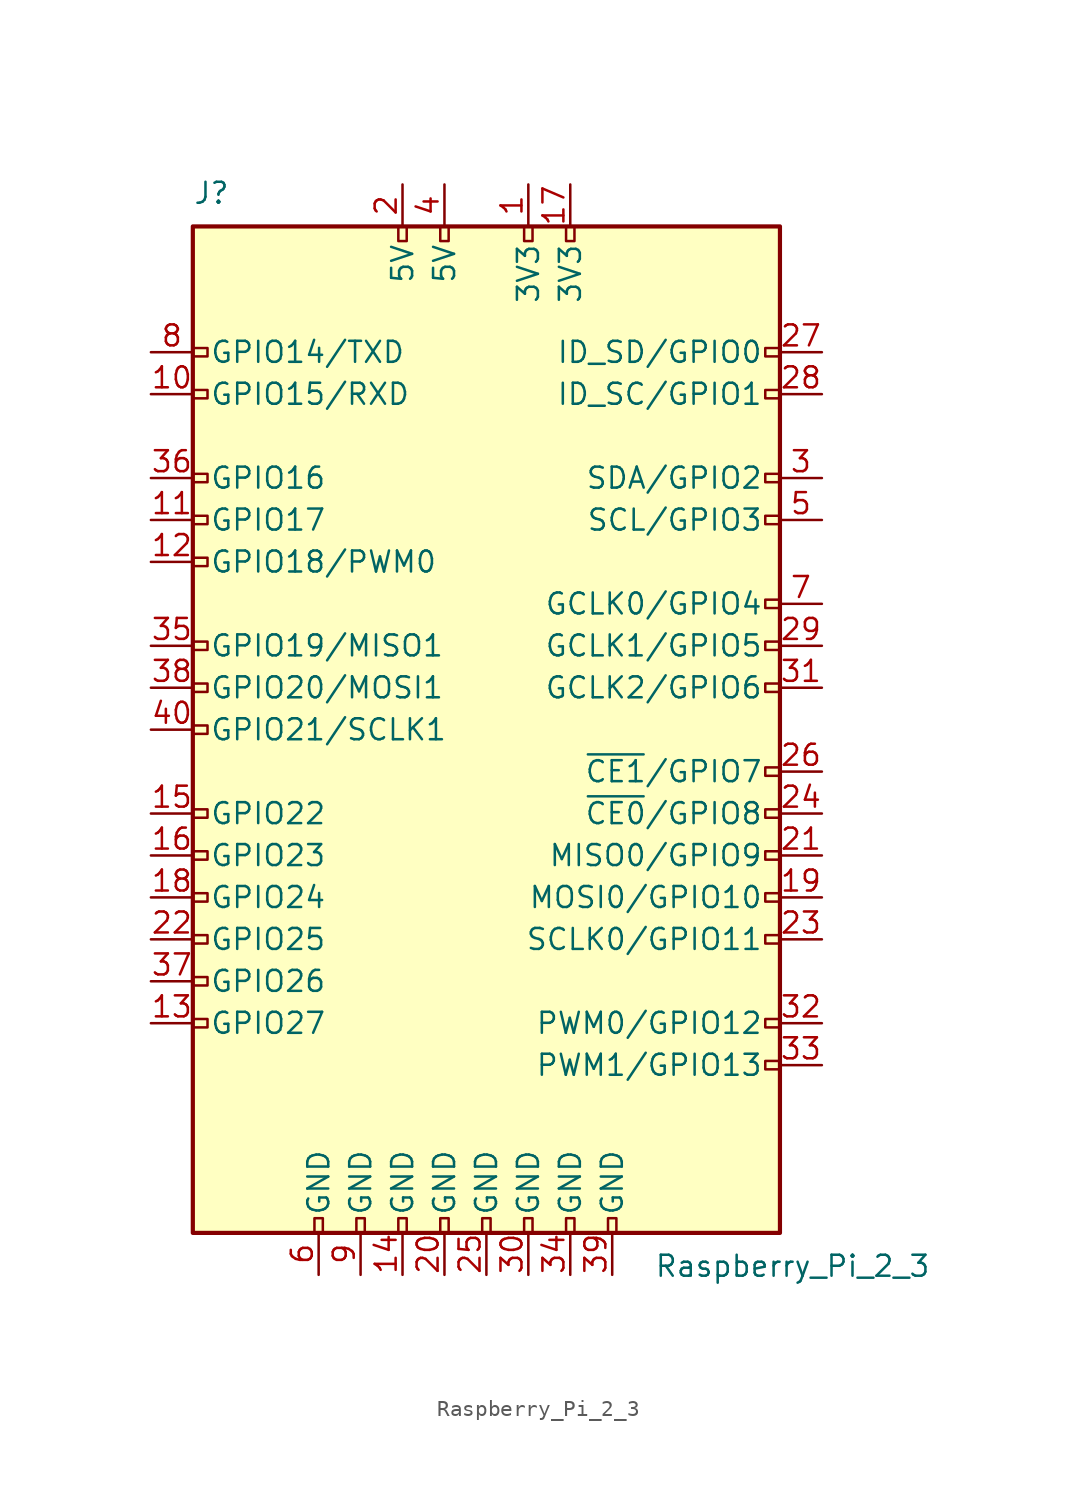
<source format=kicad_sym>
(kicad_symbol_lib
  (version 20201005)
  (generator kicad_symbol_editor)
  (symbol "Raspberry_Pi_2_3"
    (pin_names
      (offset 1.016))
    (property "Reference" "J"
      (at -17.78 31.75 0)
      (effects (font (size 1.27 1.27)) (justify left bottom)))
    (property "Value" "Raspberry_Pi_2_3"
      (at 10.16 -31.75 0)
      (effects (font (size 1.27 1.27)) (justify left top)))
    (symbol "Raspberry_Pi_2_3_0_1"
      (rectangle (start -17.78 30.48) (end 17.78 -30.48) (stroke (width 0.254)) (fill (type background))))
    (symbol "Raspberry_Pi_2_3_1_1"
      (rectangle (start -16.891 -17.526) (end -17.78 -18.034) (stroke (width 0)) (fill (type none)))
      (rectangle (start -16.891 -14.986) (end -17.78 -15.494) (stroke (width 0)) (fill (type none)))
      (rectangle (start -16.891 -12.446) (end -17.78 -12.954) (stroke (width 0)) (fill (type none)))
      (rectangle (start -16.891 -9.906) (end -17.78 -10.414) (stroke (width 0)) (fill (type none)))
      (rectangle (start -16.891 -7.366) (end -17.78 -7.874) (stroke (width 0)) (fill (type none)))
      (rectangle (start -16.891 -4.826) (end -17.78 -5.334) (stroke (width 0)) (fill (type none)))
      (rectangle (start -16.891 0.254) (end -17.78 -0.254) (stroke (width 0)) (fill (type none)))
      (rectangle (start -16.891 2.794) (end -17.78 2.286) (stroke (width 0)) (fill (type none)))
      (rectangle (start -16.891 5.334) (end -17.78 4.826) (stroke (width 0)) (fill (type none)))
      (rectangle (start -16.891 10.414) (end -17.78 9.906) (stroke (width 0)) (fill (type none)))
      (rectangle (start -16.891 12.954) (end -17.78 12.446) (stroke (width 0)) (fill (type none)))
      (rectangle (start -16.891 15.494) (end -17.78 14.986) (stroke (width 0)) (fill (type none)))
      (rectangle (start -16.891 20.574) (end -17.78 20.066) (stroke (width 0)) (fill (type none)))
      (rectangle (start -16.891 23.114) (end -17.78 22.606) (stroke (width 0)) (fill (type none)))
      (rectangle (start -10.414 -29.591) (end -9.906 -30.48) (stroke (width 0)) (fill (type none)))
      (rectangle (start -7.874 -29.591) (end -7.366 -30.48) (stroke (width 0)) (fill (type none)))
      (rectangle (start -5.334 -29.591) (end -4.826 -30.48) (stroke (width 0)) (fill (type none)))
      (rectangle (start -5.334 30.48) (end -4.826 29.591) (stroke (width 0)) (fill (type none)))
      (rectangle (start -2.794 -29.591) (end -2.286 -30.48) (stroke (width 0)) (fill (type none)))
      (rectangle (start -2.794 30.48) (end -2.286 29.591) (stroke (width 0)) (fill (type none)))
      (rectangle (start -0.254 -29.591) (end 0.254 -30.48) (stroke (width 0)) (fill (type none)))
      (rectangle (start 2.286 -29.591) (end 2.794 -30.48) (stroke (width 0)) (fill (type none)))
      (rectangle (start 2.286 30.48) (end 2.794 29.591) (stroke (width 0)) (fill (type none)))
      (rectangle (start 4.826 -29.591) (end 5.334 -30.48) (stroke (width 0)) (fill (type none)))
      (rectangle (start 4.826 30.48) (end 5.334 29.591) (stroke (width 0)) (fill (type none)))
      (rectangle (start 7.366 -29.591) (end 7.874 -30.48) (stroke (width 0)) (fill (type none)))
      (rectangle (start 17.78 -20.066) (end 16.891 -20.574) (stroke (width 0)) (fill (type none)))
      (rectangle (start 17.78 -17.526) (end 16.891 -18.034) (stroke (width 0)) (fill (type none)))
      (rectangle (start 17.78 -12.446) (end 16.891 -12.954) (stroke (width 0)) (fill (type none)))
      (rectangle (start 17.78 -9.906) (end 16.891 -10.414) (stroke (width 0)) (fill (type none)))
      (rectangle (start 17.78 -7.366) (end 16.891 -7.874) (stroke (width 0)) (fill (type none)))
      (rectangle (start 17.78 -4.826) (end 16.891 -5.334) (stroke (width 0)) (fill (type none)))
      (rectangle (start 17.78 -2.286) (end 16.891 -2.794) (stroke (width 0)) (fill (type none)))
      (rectangle (start 17.78 2.794) (end 16.891 2.286) (stroke (width 0)) (fill (type none)))
      (rectangle (start 17.78 5.334) (end 16.891 4.826) (stroke (width 0)) (fill (type none)))
      (rectangle (start 17.78 7.874) (end 16.891 7.366) (stroke (width 0)) (fill (type none)))
      (rectangle (start 17.78 12.954) (end 16.891 12.446) (stroke (width 0)) (fill (type none)))
      (rectangle (start 17.78 15.494) (end 16.891 14.986) (stroke (width 0)) (fill (type none)))
      (rectangle (start 17.78 20.574) (end 16.891 20.066) (stroke (width 0)) (fill (type none)))
      (rectangle (start 17.78 23.114) (end 16.891 22.606) (stroke (width 0)) (fill (type none)))
      (pin power_in line (at 2.54 33.02 270) (length 2.54) (name "3V3" (effects (font (size 1.27 1.27)))) (number "1" (effects (font (size 1.27 1.27)))))
      (pin bidirectional line (at -20.32 20.32 0) (length 2.54) (name "GPIO15/RXD" (effects (font (size 1.27 1.27)))) (number "10" (effects (font (size 1.27 1.27)))))
      (pin bidirectional line (at -20.32 12.7 0) (length 2.54) (name "GPIO17" (effects (font (size 1.27 1.27)))) (number "11" (effects (font (size 1.27 1.27)))))
      (pin bidirectional line (at -20.32 10.16 0) (length 2.54) (name "GPIO18/PWM0" (effects (font (size 1.27 1.27)))) (number "12" (effects (font (size 1.27 1.27)))))
      (pin bidirectional line (at -20.32 -17.78 0) (length 2.54) (name "GPIO27" (effects (font (size 1.27 1.27)))) (number "13" (effects (font (size 1.27 1.27)))))
      (pin power_in line (at -5.08 -33.02 90) (length 2.54) (name "GND" (effects (font (size 1.27 1.27)))) (number "14" (effects (font (size 1.27 1.27)))))
      (pin bidirectional line (at -20.32 -5.08 0) (length 2.54) (name "GPIO22" (effects (font (size 1.27 1.27)))) (number "15" (effects (font (size 1.27 1.27)))))
      (pin bidirectional line (at -20.32 -7.62 0) (length 2.54) (name "GPIO23" (effects (font (size 1.27 1.27)))) (number "16" (effects (font (size 1.27 1.27)))))
      (pin power_in line (at 5.08 33.02 270) (length 2.54) (name "3V3" (effects (font (size 1.27 1.27)))) (number "17" (effects (font (size 1.27 1.27)))))
      (pin bidirectional line (at -20.32 -10.16 0) (length 2.54) (name "GPIO24" (effects (font (size 1.27 1.27)))) (number "18" (effects (font (size 1.27 1.27)))))
      (pin bidirectional line (at 20.32 -10.16 180) (length 2.54) (name "MOSI0/GPIO10" (effects (font (size 1.27 1.27)))) (number "19" (effects (font (size 1.27 1.27)))))
      (pin power_in line (at -5.08 33.02 270) (length 2.54) (name "5V" (effects (font (size 1.27 1.27)))) (number "2" (effects (font (size 1.27 1.27)))))
      (pin power_in line (at -2.54 -33.02 90) (length 2.54) (name "GND" (effects (font (size 1.27 1.27)))) (number "20" (effects (font (size 1.27 1.27)))))
      (pin bidirectional line (at 20.32 -7.62 180) (length 2.54) (name "MISO0/GPIO9" (effects (font (size 1.27 1.27)))) (number "21" (effects (font (size 1.27 1.27)))))
      (pin bidirectional line (at -20.32 -12.7 0) (length 2.54) (name "GPIO25" (effects (font (size 1.27 1.27)))) (number "22" (effects (font (size 1.27 1.27)))))
      (pin bidirectional line (at 20.32 -12.7 180) (length 2.54) (name "SCLK0/GPIO11" (effects (font (size 1.27 1.27)))) (number "23" (effects (font (size 1.27 1.27)))))
      (pin bidirectional line (at 20.32 -5.08 180) (length 2.54) (name "~CE0~/GPIO8" (effects (font (size 1.27 1.27)))) (number "24" (effects (font (size 1.27 1.27)))))
      (pin power_in line (at 0 -33.02 90) (length 2.54) (name "GND" (effects (font (size 1.27 1.27)))) (number "25" (effects (font (size 1.27 1.27)))))
      (pin bidirectional line (at 20.32 -2.54 180) (length 2.54) (name "~CE1~/GPIO7" (effects (font (size 1.27 1.27)))) (number "26" (effects (font (size 1.27 1.27)))))
      (pin bidirectional line (at 20.32 22.86 180) (length 2.54) (name "ID_SD/GPIO0" (effects (font (size 1.27 1.27)))) (number "27" (effects (font (size 1.27 1.27)))))
      (pin bidirectional line (at 20.32 20.32 180) (length 2.54) (name "ID_SC/GPIO1" (effects (font (size 1.27 1.27)))) (number "28" (effects (font (size 1.27 1.27)))))
      (pin bidirectional line (at 20.32 5.08 180) (length 2.54) (name "GCLK1/GPIO5" (effects (font (size 1.27 1.27)))) (number "29" (effects (font (size 1.27 1.27)))))
      (pin bidirectional line (at 20.32 15.24 180) (length 2.54) (name "SDA/GPIO2" (effects (font (size 1.27 1.27)))) (number "3" (effects (font (size 1.27 1.27)))))
      (pin power_in line (at 2.54 -33.02 90) (length 2.54) (name "GND" (effects (font (size 1.27 1.27)))) (number "30" (effects (font (size 1.27 1.27)))))
      (pin bidirectional line (at 20.32 2.54 180) (length 2.54) (name "GCLK2/GPIO6" (effects (font (size 1.27 1.27)))) (number "31" (effects (font (size 1.27 1.27)))))
      (pin bidirectional line (at 20.32 -17.78 180) (length 2.54) (name "PWM0/GPIO12" (effects (font (size 1.27 1.27)))) (number "32" (effects (font (size 1.27 1.27)))))
      (pin bidirectional line (at 20.32 -20.32 180) (length 2.54) (name "PWM1/GPIO13" (effects (font (size 1.27 1.27)))) (number "33" (effects (font (size 1.27 1.27)))))
      (pin power_in line (at 5.08 -33.02 90) (length 2.54) (name "GND" (effects (font (size 1.27 1.27)))) (number "34" (effects (font (size 1.27 1.27)))))
      (pin bidirectional line (at -20.32 5.08 0) (length 2.54) (name "GPIO19/MISO1" (effects (font (size 1.27 1.27)))) (number "35" (effects (font (size 1.27 1.27)))))
      (pin bidirectional line (at -20.32 15.24 0) (length 2.54) (name "GPIO16" (effects (font (size 1.27 1.27)))) (number "36" (effects (font (size 1.27 1.27)))))
      (pin bidirectional line (at -20.32 -15.24 0) (length 2.54) (name "GPIO26" (effects (font (size 1.27 1.27)))) (number "37" (effects (font (size 1.27 1.27)))))
      (pin bidirectional line (at -20.32 2.54 0) (length 2.54) (name "GPIO20/MOSI1" (effects (font (size 1.27 1.27)))) (number "38" (effects (font (size 1.27 1.27)))))
      (pin power_in line (at 7.62 -33.02 90) (length 2.54) (name "GND" (effects (font (size 1.27 1.27)))) (number "39" (effects (font (size 1.27 1.27)))))
      (pin power_in line (at -2.54 33.02 270) (length 2.54) (name "5V" (effects (font (size 1.27 1.27)))) (number "4" (effects (font (size 1.27 1.27)))))
      (pin bidirectional line (at -20.32 0 0) (length 2.54) (name "GPIO21/SCLK1" (effects (font (size 1.27 1.27)))) (number "40" (effects (font (size 1.27 1.27)))))
      (pin bidirectional line (at 20.32 12.7 180) (length 2.54) (name "SCL/GPIO3" (effects (font (size 1.27 1.27)))) (number "5" (effects (font (size 1.27 1.27)))))
      (pin power_in line (at -10.16 -33.02 90) (length 2.54) (name "GND" (effects (font (size 1.27 1.27)))) (number "6" (effects (font (size 1.27 1.27)))))
      (pin bidirectional line (at 20.32 7.62 180) (length 2.54) (name "GCLK0/GPIO4" (effects (font (size 1.27 1.27)))) (number "7" (effects (font (size 1.27 1.27)))))
      (pin bidirectional line (at -20.32 22.86 0) (length 2.54) (name "GPIO14/TXD" (effects (font (size 1.27 1.27)))) (number "8" (effects (font (size 1.27 1.27)))))
      (pin power_in line (at -7.62 -33.02 90) (length 2.54) (name "GND" (effects (font (size 1.27 1.27)))) (number "9" (effects (font (size 1.27 1.27))))))))
</source>
